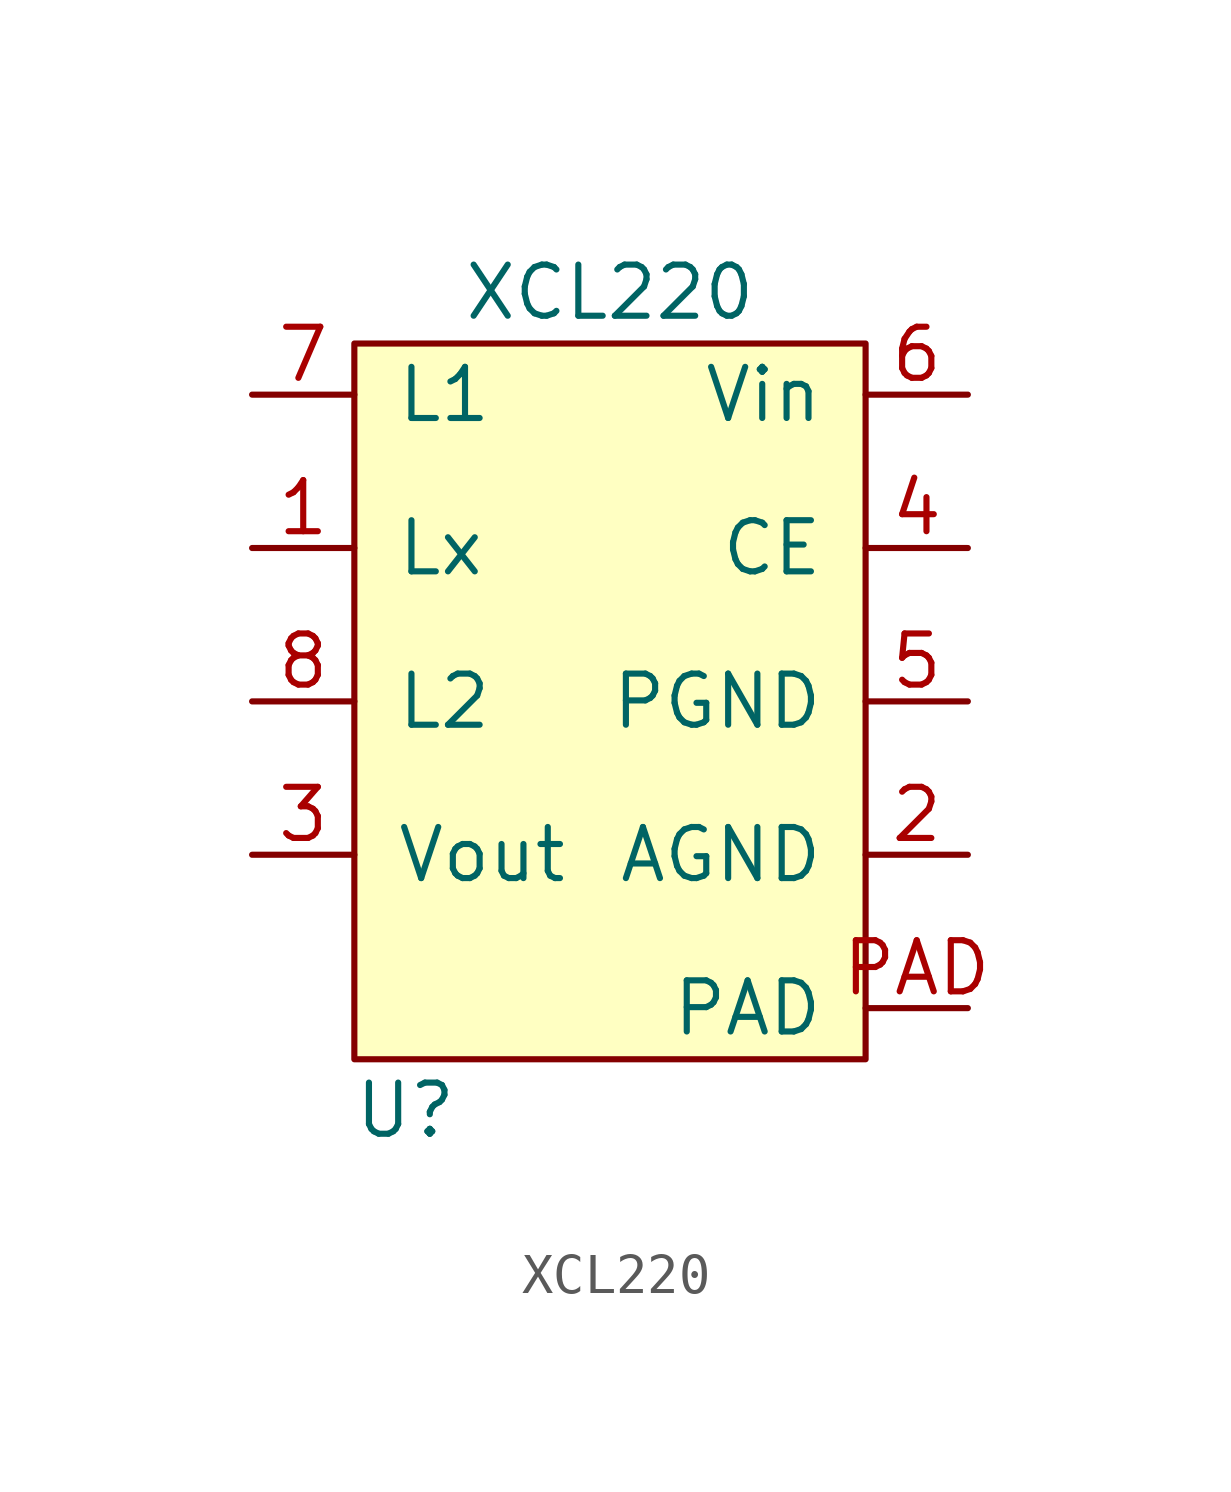
<source format=kicad_sym>
(kicad_symbol_lib
  (version 20210619)
  (generator kicad_symbol_editor)
  (symbol "XCL220"
    (pin_names
      (offset 1.016))
    (property "Reference" "U"
      (at -5.08 -12.7 0)
      (effects (font (size 1.27 1.27))))
    (property "Value" "XCL220"
      (at 0 7.62 0)
      (effects (font (size 1.27 1.27))))
    (symbol "XCL220_0_1"
      (rectangle (start -6.35 6.35) (end 6.35 -11.43) (stroke (width 0)) (fill (type background))))
    (symbol "XCL220_1_1"
      (pin power_out line (at -8.89 1.27 0) (length 2.54) (name "Lx" (effects (font (size 1.27 1.27)))) (number "1" (effects (font (size 1.27 1.27)))))
      (pin power_in line (at 8.89 -6.35 180) (length 2.54) (name "AGND" (effects (font (size 1.27 1.27)))) (number "2" (effects (font (size 1.27 1.27)))))
      (pin power_out line (at -8.89 -6.35 0) (length 2.54) (name "Vout" (effects (font (size 1.27 1.27)))) (number "3" (effects (font (size 1.27 1.27)))))
      (pin input line (at 8.89 1.27 180) (length 2.54) (name "CE" (effects (font (size 1.27 1.27)))) (number "4" (effects (font (size 1.27 1.27)))))
      (pin power_in line (at 8.89 -2.54 180) (length 2.54) (name "PGND" (effects (font (size 1.27 1.27)))) (number "5" (effects (font (size 1.27 1.27)))))
      (pin power_in line (at 8.89 5.08 180) (length 2.54) (name "Vin" (effects (font (size 1.27 1.27)))) (number "6" (effects (font (size 1.27 1.27)))))
      (pin input line (at -8.89 5.08 0) (length 2.54) (name "L1" (effects (font (size 1.27 1.27)))) (number "7" (effects (font (size 1.27 1.27)))))
      (pin input line (at -8.89 -2.54 0) (length 2.54) (name "L2" (effects (font (size 1.27 1.27)))) (number "8" (effects (font (size 1.27 1.27)))))
      (pin input line (at 8.89 -10.16 180) (length 2.54) (name "PAD" (effects (font (size 1.27 1.27)))) (number "PAD" (effects (font (size 1.27 1.27))))))))
</source>
